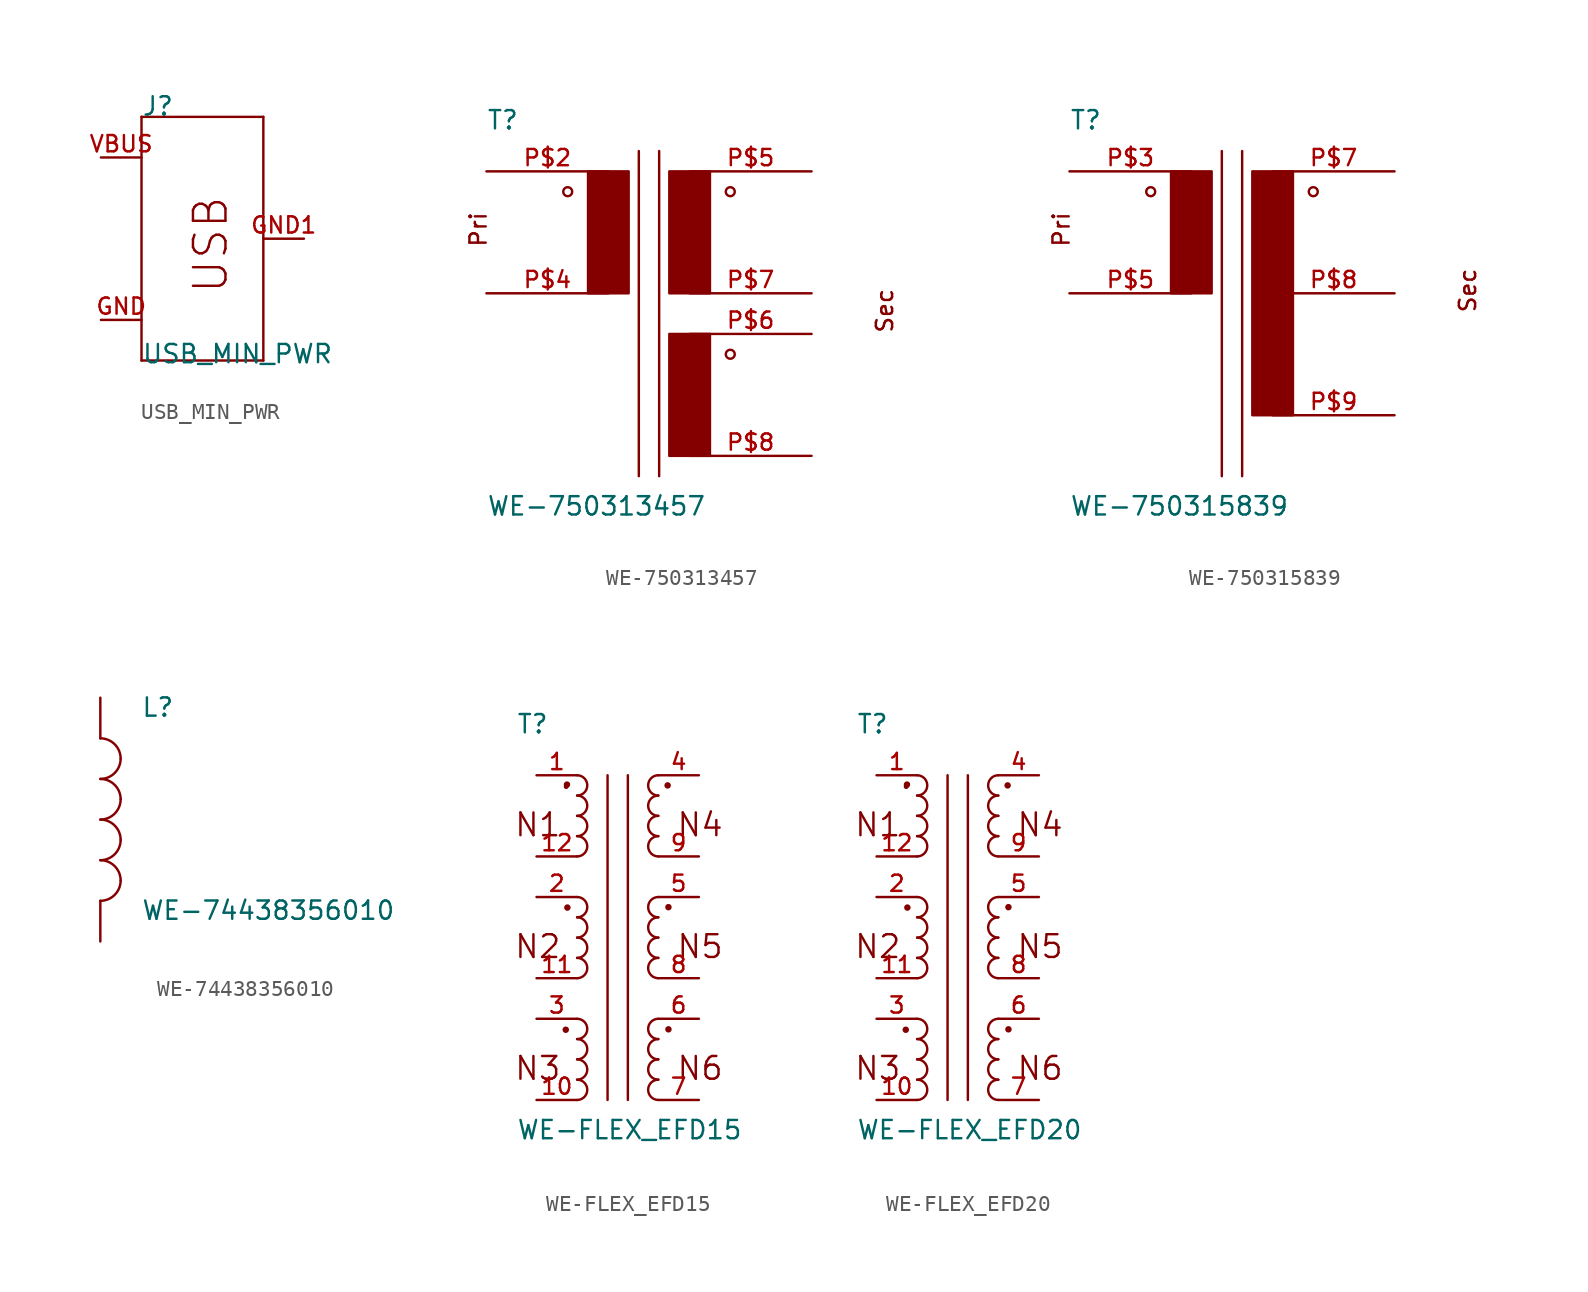
<source format=kicad_sym>
(kicad_symbol_lib
  (version 20211014)
  (generator kicad_symbol_editor)
  (symbol "USB_MIN_PWR"
    (pin_names
      (offset 1.016) hide)
    (property "Reference" "J"
      (at -2.54 7.62 0)
      (effects (font (size 1.143 1.143)) (justify left bottom)))
    (property "Value" "USB_MIN_PWR"
      (at -2.54 -7.874 0)
      (effects (font (size 1.143 1.143)) (justify left bottom)))
    (property "ki_locked" ""
      (at 0 0 0)
      (effects (font (size 1.27 1.27))))
    (symbol "USB_MIN_PWR_1_0"
      (polyline (pts (xy -2.54 -7.62) (xy 5.08 -7.62)) (stroke (width 0) (type default) (color 0 0 0 0)) (fill (type none)))
      (polyline (pts (xy -2.54 7.62) (xy -2.54 -7.62)) (stroke (width 0) (type default) (color 0 0 0 0)) (fill (type none)))
      (polyline (pts (xy 5.08 7.62) (xy -2.54 7.62)) (stroke (width 0) (type default) (color 0 0 0 0)) (fill (type none)))
      (polyline (pts (xy 5.08 7.62) (xy 5.08 -7.62)) (stroke (width 0) (type default) (color 0 0 0 0)) (fill (type none)))
      (text "USB" (at 1.778 -0.381 900) (effects (font (size 2.032 2.032)))))
    (symbol "USB_MIN_PWR_1_1"
      (pin power_in line (at -5.08 -5.08 0) (length 2.54) (name "GND" (effects (font (size 1.016 1.016)))) (number "GND" (effects (font (size 1.016 1.016)))))
      (pin bidirectional line (at 7.62 0 180) (length 2.54) (name "SHIELD" (effects (font (size 1.016 1.016)))) (number "GND1" (effects (font (size 1.016 1.016)))))
      (pin bidirectional line (at 7.62 0 180) (length 2.54) hide (name "SHIELD" (effects (font (size 1.016 1.016)))) (number "GND4" (effects (font (size 1.016 1.016)))))
      (pin power_in line (at -5.08 5.08 0) (length 2.54) (name "VBUS" (effects (font (size 1.016 1.016)))) (number "VBUS" (effects (font (size 1.016 1.016)))))))
  (symbol "WE-750313457"
    (pin_names
      (offset 1.016) hide)
    (property "Reference" "T"
      (at -10.16 10.16 0)
      (effects (font (size 1.143 1.143)) (justify left bottom)))
    (property "Value" "WE-750313457"
      (at -10.16 -13.97 0)
      (effects (font (size 1.143 1.143)) (justify left bottom)))
    (property "ki_locked" ""
      (at 0 0 0)
      (effects (font (size 1.27 1.27))))
    (symbol "WE-750313457_1_0"
      (polyline (pts (xy -0.635 8.89) (xy -0.635 -11.43)) (stroke (width 0) (type default) (color 0 0 0 0)) (fill (type none)))
      (polyline (pts (xy 0.635 8.89) (xy 0.635 -11.43)) (stroke (width 0) (type default) (color 0 0 0 0)) (fill (type none)))
      (text "Pri" (at -10.668 3.988 900) (effects (font (size 1.016 1.016))))
      (text "Sec" (at 14.732 -1.092 900) (effects (font (size 1.016 1.016)))))
    (symbol "WE-750313457_1_1"
      (circle (center -5.08 6.35) (radius 0.279) (stroke (width 0) (type default) (color 0 0 0 0)) (fill (type none)))
      (rectangle (start -3.81 0) (end -1.27 7.62) (stroke (width 0) (type default) (color 0 0 0 0)) (fill (type outline)))
      (rectangle (start 1.27 -10.16) (end 3.81 -2.54) (stroke (width 0) (type default) (color 0 0 0 0)) (fill (type outline)))
      (rectangle (start 1.27 0) (end 3.81 7.62) (stroke (width 0) (type default) (color 0 0 0 0)) (fill (type outline)))
      (circle (center 5.08 -3.81) (radius 0.279) (stroke (width 0) (type default) (color 0 0 0 0)) (fill (type none)))
      (circle (center 5.08 6.35) (radius 0.279) (stroke (width 0) (type default) (color 0 0 0 0)) (fill (type none)))
      (pin passive line (at -10.16 7.62 0) (length 7.62) (name "2" (effects (font (size 1.016 1.016)))) (number "P$2" (effects (font (size 1.016 1.016)))))
      (pin passive line (at -10.16 0 0) (length 7.62) (name "4" (effects (font (size 1.016 1.016)))) (number "P$4" (effects (font (size 1.016 1.016)))))
      (pin passive line (at 10.16 7.62 180) (length 7.62) (name "5" (effects (font (size 1.016 1.016)))) (number "P$5" (effects (font (size 1.016 1.016)))))
      (pin passive line (at 10.16 -2.54 180) (length 7.62) (name "6" (effects (font (size 1.016 1.016)))) (number "P$6" (effects (font (size 1.016 1.016)))))
      (pin passive line (at 10.16 0 180) (length 7.62) (name "7" (effects (font (size 1.016 1.016)))) (number "P$7" (effects (font (size 1.016 1.016)))))
      (pin passive line (at 10.16 -10.16 180) (length 7.62) (name "8" (effects (font (size 1.016 1.016)))) (number "P$8" (effects (font (size 1.016 1.016)))))))
  (symbol "WE-750315839"
    (pin_names
      (offset 1.016) hide)
    (property "Reference" "T"
      (at -10.16 10.16 0)
      (effects (font (size 1.143 1.143)) (justify left bottom)))
    (property "Value" "WE-750315839"
      (at -10.16 -13.97 0)
      (effects (font (size 1.143 1.143)) (justify left bottom)))
    (property "ki_locked" ""
      (at 0 0 0)
      (effects (font (size 1.27 1.27))))
    (symbol "WE-750315839_1_0"
      (polyline (pts (xy -0.635 8.89) (xy -0.635 -11.43)) (stroke (width 0) (type default) (color 0 0 0 0)) (fill (type none)))
      (polyline (pts (xy 0.635 8.89) (xy 0.635 -11.43)) (stroke (width 0) (type default) (color 0 0 0 0)) (fill (type none)))
      (text "Pri" (at -10.668 3.988 900) (effects (font (size 1.016 1.016))))
      (text "Sec" (at 14.732 0.178 900) (effects (font (size 1.016 1.016)))))
    (symbol "WE-750315839_1_1"
      (circle (center -5.08 6.35) (radius 0.279) (stroke (width 0) (type default) (color 0 0 0 0)) (fill (type none)))
      (rectangle (start -3.81 0) (end -1.27 7.62) (stroke (width 0) (type default) (color 0 0 0 0)) (fill (type outline)))
      (rectangle (start 1.27 -7.62) (end 3.81 7.62) (stroke (width 0) (type default) (color 0 0 0 0)) (fill (type outline)))
      (circle (center 5.08 6.35) (radius 0.279) (stroke (width 0) (type default) (color 0 0 0 0)) (fill (type none)))
      (pin passive line (at -10.16 7.62 0) (length 7.62) (name "3" (effects (font (size 1.016 1.016)))) (number "P$3" (effects (font (size 1.016 1.016)))))
      (pin passive line (at -10.16 0 0) (length 7.62) (name "5" (effects (font (size 1.016 1.016)))) (number "P$5" (effects (font (size 1.016 1.016)))))
      (pin passive line (at 10.16 7.62 180) (length 7.62) (name "7" (effects (font (size 1.016 1.016)))) (number "P$7" (effects (font (size 1.016 1.016)))))
      (pin passive line (at 10.16 0 180) (length 7.62) (name "8" (effects (font (size 1.016 1.016)))) (number "P$8" (effects (font (size 1.016 1.016)))))
      (pin passive line (at 10.16 -7.62 180) (length 7.62) (name "9" (effects (font (size 1.016 1.016)))) (number "P$9" (effects (font (size 1.016 1.016)))))))
  (symbol "WE-74438356010"
    (pin_numbers hide)
    (pin_names
      (offset 1.016) hide)
    (property "Reference" "L"
      (at 2.54 6.35 0)
      (effects (font (size 1.143 1.143)) (justify left bottom)))
    (property "Value" "WE-74438356010"
      (at 2.54 -6.35 0)
      (effects (font (size 1.143 1.143)) (justify left bottom)))
    (property "ki_locked" ""
      (at 0 0 0)
      (effects (font (size 1.27 1.27))))
    (symbol "WE-74438356010_1_1"
      (arc (start 0 -5.08) (mid 0.898 -4.708) (end 1.27 -3.81) (stroke (width 0) (type default) (color 0 0 0 0)) (fill (type none)))
      (arc (start 0 -2.54) (mid 0.898 -2.168) (end 1.27 -1.27) (stroke (width 0) (type default) (color 0 0 0 0)) (fill (type none)))
      (arc (start 0 0) (mid 0.898 0.372) (end 1.27 1.27) (stroke (width 0) (type default) (color 0 0 0 0)) (fill (type none)))
      (arc (start 0 2.54) (mid 0.898 2.912) (end 1.27 3.81) (stroke (width 0) (type default) (color 0 0 0 0)) (fill (type none)))
      (arc (start 1.27 -3.81) (mid 0.898 -2.912) (end 0 -2.54) (stroke (width 0) (type default) (color 0 0 0 0)) (fill (type none)))
      (arc (start 1.27 -1.27) (mid 0.898 -0.372) (end 0 0) (stroke (width 0) (type default) (color 0 0 0 0)) (fill (type none)))
      (arc (start 1.27 1.27) (mid 0.898 2.168) (end 0 2.54) (stroke (width 0) (type default) (color 0 0 0 0)) (fill (type none)))
      (arc (start 1.27 3.81) (mid 0.898 4.708) (end 0 5.08) (stroke (width 0) (type default) (color 0 0 0 0)) (fill (type none)))
      (pin passive line (at 0 7.62 270) (length 2.54) (name "1" (effects (font (size 1.016 1.016)))) (number "1" (effects (font (size 1.016 1.016)))))
      (pin passive line (at 0 -7.62 90) (length 2.54) (name "2" (effects (font (size 1.016 1.016)))) (number "2" (effects (font (size 1.016 1.016)))))))
  (symbol "WE-FLEX_EFD15"
    (pin_names
      (offset 1.016) hide)
    (property "Reference" "T"
      (at -6.35 12.7 0)
      (effects (font (size 1.143 1.143)) (justify left bottom)))
    (property "Value" "WE-FLEX_EFD15"
      (at -6.35 -12.7 0)
      (effects (font (size 1.143 1.143)) (justify left bottom)))
    (property "ki_locked" ""
      (at 0 0 0)
      (effects (font (size 1.27 1.27))))
    (symbol "WE-FLEX_EFD15_1_0"
      (polyline (pts (xy -0.635 10.16) (xy -0.635 -10.16)) (stroke (width 0) (type default) (color 0 0 0 0)) (fill (type none)))
      (polyline (pts (xy 0.635 10.16) (xy 0.635 -10.16)) (stroke (width 0) (type default) (color 0 0 0 0)) (fill (type none)))
      (text "N1" (at -5.004 7.061 0) (effects (font (size 1.422 1.422))))
      (text "N2" (at -5.004 -0.559 0) (effects (font (size 1.422 1.422))))
      (text "N3" (at -5.004 -8.179 0) (effects (font (size 1.422 1.422))))
      (text "N4" (at 5.156 7.061 0) (effects (font (size 1.422 1.422))))
      (text "N5" (at 5.156 -0.559 0) (effects (font (size 1.422 1.422))))
      (text "N6" (at 5.156 -8.179 0) (effects (font (size 1.422 1.422)))))
    (symbol "WE-FLEX_EFD15_1_1"
      (circle (center -3.251 -5.766) (radius 0.127) (stroke (width 0) (type default) (color 0 0 0 0)) (fill (type outline)))
      (circle (center -3.226 9.449) (radius 0.0001) (stroke (width 0) (type default) (color 0 0 0 0)) (fill (type none)))
      (circle (center -3.175 9.576) (radius 0.127) (stroke (width 0) (type default) (color 0 0 0 0)) (fill (type outline)))
      (circle (center -3.15 1.88) (radius 0.127) (stroke (width 0) (type default) (color 0 0 0 0)) (fill (type outline)))
      (arc (start -2.54 -10.16) (mid -1.905 -9.525) (end -2.54 -8.89) (stroke (width 0) (type default) (color 0 0 0 0)) (fill (type none)))
      (arc (start -2.54 -8.89) (mid -1.905 -8.255) (end -2.54 -7.62) (stroke (width 0) (type default) (color 0 0 0 0)) (fill (type none)))
      (arc (start -2.54 -7.62) (mid -1.905 -6.985) (end -2.54 -6.35) (stroke (width 0) (type default) (color 0 0 0 0)) (fill (type none)))
      (arc (start -2.54 -6.35) (mid -1.905 -5.715) (end -2.54 -5.08) (stroke (width 0) (type default) (color 0 0 0 0)) (fill (type none)))
      (arc (start -2.54 -2.54) (mid -1.905 -1.905) (end -2.54 -1.27) (stroke (width 0) (type default) (color 0 0 0 0)) (fill (type none)))
      (arc (start -2.54 -1.27) (mid -1.905 -0.635) (end -2.54 0) (stroke (width 0) (type default) (color 0 0 0 0)) (fill (type none)))
      (arc (start -2.54 0) (mid -1.905 0.635) (end -2.54 1.27) (stroke (width 0) (type default) (color 0 0 0 0)) (fill (type none)))
      (arc (start -2.54 1.27) (mid -1.905 1.905) (end -2.54 2.54) (stroke (width 0) (type default) (color 0 0 0 0)) (fill (type none)))
      (arc (start -2.54 5.08) (mid -1.905 5.715) (end -2.54 6.35) (stroke (width 0) (type default) (color 0 0 0 0)) (fill (type none)))
      (arc (start -2.54 6.35) (mid -1.905 6.985) (end -2.54 7.62) (stroke (width 0) (type default) (color 0 0 0 0)) (fill (type none)))
      (arc (start -2.54 7.62) (mid -1.905 8.255) (end -2.54 8.89) (stroke (width 0) (type default) (color 0 0 0 0)) (fill (type none)))
      (arc (start -2.54 8.89) (mid -1.905 9.525) (end -2.54 10.16) (stroke (width 0) (type default) (color 0 0 0 0)) (fill (type none)))
      (arc (start 2.54 -8.89) (mid 1.905 -9.525) (end 2.54 -10.16) (stroke (width 0) (type default) (color 0 0 0 0)) (fill (type none)))
      (arc (start 2.54 -7.62) (mid 1.905 -8.255) (end 2.54 -8.89) (stroke (width 0) (type default) (color 0 0 0 0)) (fill (type none)))
      (arc (start 2.54 -6.35) (mid 1.905 -6.985) (end 2.54 -7.62) (stroke (width 0) (type default) (color 0 0 0 0)) (fill (type none)))
      (arc (start 2.54 -5.08) (mid 1.905 -5.715) (end 2.54 -6.35) (stroke (width 0) (type default) (color 0 0 0 0)) (fill (type none)))
      (arc (start 2.54 -1.27) (mid 1.905 -1.905) (end 2.54 -2.54) (stroke (width 0) (type default) (color 0 0 0 0)) (fill (type none)))
      (arc (start 2.54 0) (mid 1.905 -0.635) (end 2.54 -1.27) (stroke (width 0) (type default) (color 0 0 0 0)) (fill (type none)))
      (arc (start 2.54 1.27) (mid 1.905 0.635) (end 2.54 0) (stroke (width 0) (type default) (color 0 0 0 0)) (fill (type none)))
      (arc (start 2.54 2.54) (mid 1.905 1.905) (end 2.54 1.27) (stroke (width 0) (type default) (color 0 0 0 0)) (fill (type none)))
      (arc (start 2.54 6.35) (mid 1.905 5.715) (end 2.54 5.08) (stroke (width 0) (type default) (color 0 0 0 0)) (fill (type none)))
      (arc (start 2.54 7.62) (mid 1.905 6.985) (end 2.54 6.35) (stroke (width 0) (type default) (color 0 0 0 0)) (fill (type none)))
      (arc (start 2.54 8.89) (mid 1.905 8.255) (end 2.54 7.62) (stroke (width 0) (type default) (color 0 0 0 0)) (fill (type none)))
      (arc (start 2.54 10.16) (mid 1.905 9.525) (end 2.54 8.89) (stroke (width 0) (type default) (color 0 0 0 0)) (fill (type none)))
      (circle (center 3.124 9.525) (radius 0.127) (stroke (width 0) (type default) (color 0 0 0 0)) (fill (type outline)))
      (circle (center 3.175 -5.74) (radius 0.127) (stroke (width 0) (type default) (color 0 0 0 0)) (fill (type outline)))
      (circle (center 3.175 1.905) (radius 0.127) (stroke (width 0) (type default) (color 0 0 0 0)) (fill (type outline)))
      (pin passive line (at -5.08 10.16 0) (length 2.54) (name "1" (effects (font (size 1.016 1.016)))) (number "1" (effects (font (size 1.016 1.016)))))
      (pin passive line (at -5.08 -10.16 0) (length 2.54) (name "8" (effects (font (size 1.016 1.016)))) (number "10" (effects (font (size 1.016 1.016)))))
      (pin passive line (at -5.08 -2.54 0) (length 2.54) (name "10" (effects (font (size 1.016 1.016)))) (number "11" (effects (font (size 1.016 1.016)))))
      (pin passive line (at -5.08 5.08 0) (length 2.54) (name "12" (effects (font (size 1.016 1.016)))) (number "12" (effects (font (size 1.016 1.016)))))
      (pin passive line (at -5.08 2.54 0) (length 2.54) (name "11" (effects (font (size 1.016 1.016)))) (number "2" (effects (font (size 1.016 1.016)))))
      (pin passive line (at -5.08 -5.08 0) (length 2.54) (name "9" (effects (font (size 1.016 1.016)))) (number "3" (effects (font (size 1.016 1.016)))))
      (pin passive line (at 5.08 10.16 180) (length 2.54) (name "2" (effects (font (size 1.016 1.016)))) (number "4" (effects (font (size 1.016 1.016)))))
      (pin passive line (at 5.08 2.54 180) (length 2.54) (name "4" (effects (font (size 1.016 1.016)))) (number "5" (effects (font (size 1.016 1.016)))))
      (pin passive line (at 5.08 -5.08 180) (length 2.54) (name "6" (effects (font (size 1.016 1.016)))) (number "6" (effects (font (size 1.016 1.016)))))
      (pin passive line (at 5.08 -10.16 180) (length 2.54) (name "7" (effects (font (size 1.016 1.016)))) (number "7" (effects (font (size 1.016 1.016)))))
      (pin passive line (at 5.08 -2.54 180) (length 2.54) (name "5" (effects (font (size 1.016 1.016)))) (number "8" (effects (font (size 1.016 1.016)))))
      (pin passive line (at 5.08 5.08 180) (length 2.54) (name "3" (effects (font (size 1.016 1.016)))) (number "9" (effects (font (size 1.016 1.016)))))))
  (symbol "WE-FLEX_EFD20"
    (pin_names
      (offset 1.016) hide)
    (property "Reference" "T"
      (at -6.35 12.7 0)
      (effects (font (size 1.143 1.143)) (justify left bottom)))
    (property "Value" "WE-FLEX_EFD20"
      (at -6.35 -12.7 0)
      (effects (font (size 1.143 1.143)) (justify left bottom)))
    (property "ki_locked" ""
      (at 0 0 0)
      (effects (font (size 1.27 1.27))))
    (symbol "WE-FLEX_EFD20_1_0"
      (polyline (pts (xy -0.635 10.16) (xy -0.635 -10.16)) (stroke (width 0) (type default) (color 0 0 0 0)) (fill (type none)))
      (polyline (pts (xy 0.635 10.16) (xy 0.635 -10.16)) (stroke (width 0) (type default) (color 0 0 0 0)) (fill (type none)))
      (text "N1" (at -5.004 7.061 0) (effects (font (size 1.422 1.422))))
      (text "N2" (at -5.004 -0.559 0) (effects (font (size 1.422 1.422))))
      (text "N3" (at -5.004 -8.179 0) (effects (font (size 1.422 1.422))))
      (text "N4" (at 5.156 7.061 0) (effects (font (size 1.422 1.422))))
      (text "N5" (at 5.156 -0.559 0) (effects (font (size 1.422 1.422))))
      (text "N6" (at 5.156 -8.179 0) (effects (font (size 1.422 1.422)))))
    (symbol "WE-FLEX_EFD20_1_1"
      (circle (center -3.251 -5.766) (radius 0.127) (stroke (width 0) (type default) (color 0 0 0 0)) (fill (type outline)))
      (circle (center -3.226 9.449) (radius 0.0001) (stroke (width 0) (type default) (color 0 0 0 0)) (fill (type none)))
      (circle (center -3.175 9.576) (radius 0.127) (stroke (width 0) (type default) (color 0 0 0 0)) (fill (type outline)))
      (circle (center -3.15 1.88) (radius 0.127) (stroke (width 0) (type default) (color 0 0 0 0)) (fill (type outline)))
      (arc (start -2.54 -10.16) (mid -1.905 -9.525) (end -2.54 -8.89) (stroke (width 0) (type default) (color 0 0 0 0)) (fill (type none)))
      (arc (start -2.54 -8.89) (mid -1.905 -8.255) (end -2.54 -7.62) (stroke (width 0) (type default) (color 0 0 0 0)) (fill (type none)))
      (arc (start -2.54 -7.62) (mid -1.905 -6.985) (end -2.54 -6.35) (stroke (width 0) (type default) (color 0 0 0 0)) (fill (type none)))
      (arc (start -2.54 -6.35) (mid -1.905 -5.715) (end -2.54 -5.08) (stroke (width 0) (type default) (color 0 0 0 0)) (fill (type none)))
      (arc (start -2.54 -2.54) (mid -1.905 -1.905) (end -2.54 -1.27) (stroke (width 0) (type default) (color 0 0 0 0)) (fill (type none)))
      (arc (start -2.54 -1.27) (mid -1.905 -0.635) (end -2.54 0) (stroke (width 0) (type default) (color 0 0 0 0)) (fill (type none)))
      (arc (start -2.54 0) (mid -1.905 0.635) (end -2.54 1.27) (stroke (width 0) (type default) (color 0 0 0 0)) (fill (type none)))
      (arc (start -2.54 1.27) (mid -1.905 1.905) (end -2.54 2.54) (stroke (width 0) (type default) (color 0 0 0 0)) (fill (type none)))
      (arc (start -2.54 5.08) (mid -1.905 5.715) (end -2.54 6.35) (stroke (width 0) (type default) (color 0 0 0 0)) (fill (type none)))
      (arc (start -2.54 6.35) (mid -1.905 6.985) (end -2.54 7.62) (stroke (width 0) (type default) (color 0 0 0 0)) (fill (type none)))
      (arc (start -2.54 7.62) (mid -1.905 8.255) (end -2.54 8.89) (stroke (width 0) (type default) (color 0 0 0 0)) (fill (type none)))
      (arc (start -2.54 8.89) (mid -1.905 9.525) (end -2.54 10.16) (stroke (width 0) (type default) (color 0 0 0 0)) (fill (type none)))
      (arc (start 2.54 -8.89) (mid 1.905 -9.525) (end 2.54 -10.16) (stroke (width 0) (type default) (color 0 0 0 0)) (fill (type none)))
      (arc (start 2.54 -7.62) (mid 1.905 -8.255) (end 2.54 -8.89) (stroke (width 0) (type default) (color 0 0 0 0)) (fill (type none)))
      (arc (start 2.54 -6.35) (mid 1.905 -6.985) (end 2.54 -7.62) (stroke (width 0) (type default) (color 0 0 0 0)) (fill (type none)))
      (arc (start 2.54 -5.08) (mid 1.905 -5.715) (end 2.54 -6.35) (stroke (width 0) (type default) (color 0 0 0 0)) (fill (type none)))
      (arc (start 2.54 -1.27) (mid 1.905 -1.905) (end 2.54 -2.54) (stroke (width 0) (type default) (color 0 0 0 0)) (fill (type none)))
      (arc (start 2.54 0) (mid 1.905 -0.635) (end 2.54 -1.27) (stroke (width 0) (type default) (color 0 0 0 0)) (fill (type none)))
      (arc (start 2.54 1.27) (mid 1.905 0.635) (end 2.54 0) (stroke (width 0) (type default) (color 0 0 0 0)) (fill (type none)))
      (arc (start 2.54 2.54) (mid 1.905 1.905) (end 2.54 1.27) (stroke (width 0) (type default) (color 0 0 0 0)) (fill (type none)))
      (arc (start 2.54 6.35) (mid 1.905 5.715) (end 2.54 5.08) (stroke (width 0) (type default) (color 0 0 0 0)) (fill (type none)))
      (arc (start 2.54 7.62) (mid 1.905 6.985) (end 2.54 6.35) (stroke (width 0) (type default) (color 0 0 0 0)) (fill (type none)))
      (arc (start 2.54 8.89) (mid 1.905 8.255) (end 2.54 7.62) (stroke (width 0) (type default) (color 0 0 0 0)) (fill (type none)))
      (arc (start 2.54 10.16) (mid 1.905 9.525) (end 2.54 8.89) (stroke (width 0) (type default) (color 0 0 0 0)) (fill (type none)))
      (circle (center 3.124 9.525) (radius 0.127) (stroke (width 0) (type default) (color 0 0 0 0)) (fill (type outline)))
      (circle (center 3.175 -5.74) (radius 0.127) (stroke (width 0) (type default) (color 0 0 0 0)) (fill (type outline)))
      (circle (center 3.175 1.905) (radius 0.127) (stroke (width 0) (type default) (color 0 0 0 0)) (fill (type outline)))
      (pin passive line (at -5.08 10.16 0) (length 2.54) (name "1" (effects (font (size 1.016 1.016)))) (number "1" (effects (font (size 1.016 1.016)))))
      (pin passive line (at -5.08 -10.16 0) (length 2.54) (name "8" (effects (font (size 1.016 1.016)))) (number "10" (effects (font (size 1.016 1.016)))))
      (pin passive line (at -5.08 -2.54 0) (length 2.54) (name "10" (effects (font (size 1.016 1.016)))) (number "11" (effects (font (size 1.016 1.016)))))
      (pin passive line (at -5.08 5.08 0) (length 2.54) (name "12" (effects (font (size 1.016 1.016)))) (number "12" (effects (font (size 1.016 1.016)))))
      (pin passive line (at -5.08 2.54 0) (length 2.54) (name "11" (effects (font (size 1.016 1.016)))) (number "2" (effects (font (size 1.016 1.016)))))
      (pin passive line (at -5.08 -5.08 0) (length 2.54) (name "9" (effects (font (size 1.016 1.016)))) (number "3" (effects (font (size 1.016 1.016)))))
      (pin passive line (at 5.08 10.16 180) (length 2.54) (name "2" (effects (font (size 1.016 1.016)))) (number "4" (effects (font (size 1.016 1.016)))))
      (pin passive line (at 5.08 2.54 180) (length 2.54) (name "4" (effects (font (size 1.016 1.016)))) (number "5" (effects (font (size 1.016 1.016)))))
      (pin passive line (at 5.08 -5.08 180) (length 2.54) (name "6" (effects (font (size 1.016 1.016)))) (number "6" (effects (font (size 1.016 1.016)))))
      (pin passive line (at 5.08 -10.16 180) (length 2.54) (name "7" (effects (font (size 1.016 1.016)))) (number "7" (effects (font (size 1.016 1.016)))))
      (pin passive line (at 5.08 -2.54 180) (length 2.54) (name "5" (effects (font (size 1.016 1.016)))) (number "8" (effects (font (size 1.016 1.016)))))
      (pin passive line (at 5.08 5.08 180) (length 2.54) (name "3" (effects (font (size 1.016 1.016)))) (number "9" (effects (font (size 1.016 1.016))))))))
</source>
